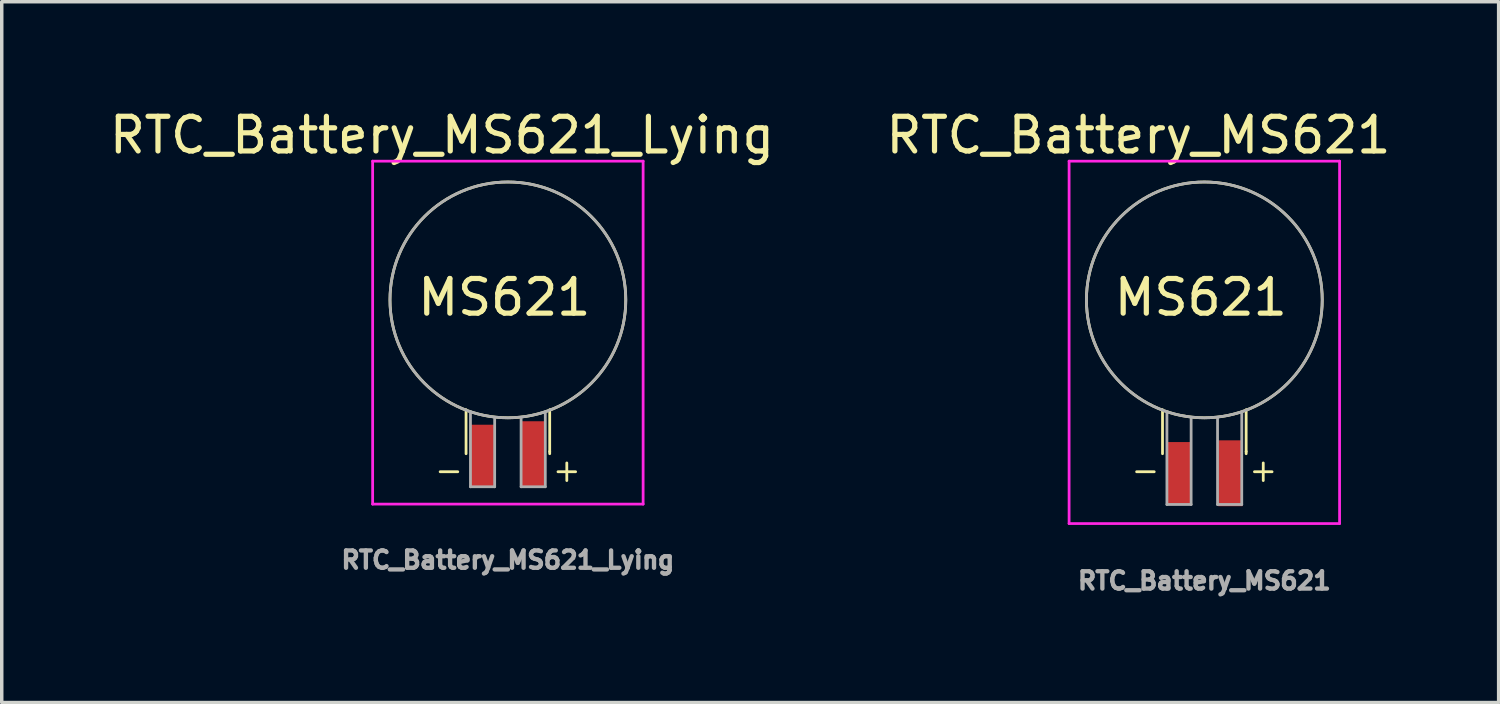
<source format=kicad_pcb>
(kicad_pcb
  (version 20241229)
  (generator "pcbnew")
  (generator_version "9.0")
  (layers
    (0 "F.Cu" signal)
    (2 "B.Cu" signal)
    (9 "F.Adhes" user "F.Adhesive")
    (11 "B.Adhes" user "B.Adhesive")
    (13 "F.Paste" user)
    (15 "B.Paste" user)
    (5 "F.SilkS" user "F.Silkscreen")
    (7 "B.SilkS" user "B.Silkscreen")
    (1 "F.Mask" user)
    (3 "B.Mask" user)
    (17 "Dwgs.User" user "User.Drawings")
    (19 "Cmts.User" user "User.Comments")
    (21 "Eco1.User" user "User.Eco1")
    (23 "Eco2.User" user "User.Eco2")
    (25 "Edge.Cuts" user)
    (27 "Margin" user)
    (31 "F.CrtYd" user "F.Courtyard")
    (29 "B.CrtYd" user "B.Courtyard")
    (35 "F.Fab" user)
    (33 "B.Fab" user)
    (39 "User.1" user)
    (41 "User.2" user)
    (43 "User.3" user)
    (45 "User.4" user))
  (footprint "RTC_Battery_MS621_Lying"
    (layer "F.Cu")
    (at 11.596 5.598)
    (property "Reference" "RTC_Battery_MS621_Lying" (at -1.9 -4.75 180) (layer "F.SilkS") (effects (font (size 1 1) (thickness 0.15))))
    (attr through_hole)
    (fp_line (start -1.953 4.956) (end -1.445 4.956) (stroke (width 0.08) (type solid)) (layer "F.SilkS"))
    (fp_line (start -1.206 4.436) (end -1.206 3.167) (stroke (width 0.08) (type solid)) (layer "F.SilkS"))
    (fp_line (start 1.206 4.373) (end 1.206 3.167) (stroke (width 0.08) (type solid)) (layer "F.SilkS"))
    (fp_line (start 1.206 4.436) (end 1.206 4.373) (stroke (width 0.08) (type solid)) (layer "F.SilkS"))
    (fp_line (start 1.699 4.702) (end 1.699 5.21) (stroke (width 0.08) (type solid)) (layer "F.SilkS"))
    (fp_line (start 1.953 4.956) (end 1.445 4.956) (stroke (width 0.08) (type solid)) (layer "F.SilkS"))
    (fp_circle (center 0 0) (end 0 3.4) (stroke (width 0.08) (type solid)) (fill no) (layer "F.SilkS"))
    (fp_line (start -3.9 -4) (end 3.9 -4) (stroke (width 0.08) (type solid)) (layer "F.CrtYd"))
    (fp_line (start -3.9 5.889) (end -3.9 -4) (stroke (width 0.08) (type solid)) (layer "F.CrtYd"))
    (fp_line (start 3.9 -4) (end 3.9 5.889) (stroke (width 0.08) (type solid)) (layer "F.CrtYd"))
    (fp_line (start 3.9 5.889) (end -3.9 5.889) (stroke (width 0.08) (type solid)) (layer "F.CrtYd"))
    (fp_line (start -1.079 5.389) (end -1.079 3.23) (stroke (width 0.08) (type solid)) (layer "F.Fab"))
    (fp_line (start -0.381 5.389) (end -1.079 5.389) (stroke (width 0.08) (type solid)) (layer "F.Fab"))
    (fp_line (start -0.381 5.389) (end -0.381 3.421) (stroke (width 0.08) (type solid)) (layer "F.Fab"))
    (fp_line (start 0.381 5.389) (end 0.381 3.421) (stroke (width 0.08) (type solid)) (layer "F.Fab"))
    (fp_line (start 0.381 5.389) (end 1.079 5.389) (stroke (width 0.08) (type solid)) (layer "F.Fab"))
    (fp_line (start 1.079 5.389) (end 1.079 3.23) (stroke (width 0.08) (type solid)) (layer "F.Fab"))
    (fp_circle (center 0 0) (end 0 3.4) (stroke (width 0.08) (type solid)) (fill no) (layer "F.Fab"))
    (fp_text user "MS621" (at -0.102 -0.072 0) (layer "F.SilkS") (effects (font (size 1 1) (thickness 0.15))))
    (fp_text user "${REFERENCE}" (at 0 7.5 0) (layer "F.Fab") (effects (font (size 0.5 0.5) (thickness 0.125))))
    (pad "1" smd rect (at 0.75 4.45) (size 0.7 1.9) (layers "F.Cu" "F.Mask" "F.Paste"))
    (pad "2" smd rect (at -0.75 4.5) (size 0.7 1.8) (layers "F.Cu" "F.Mask" "F.Paste")))
  (footprint "RTC_Battery_MS621"
    (layer "F.Cu")
    (at 31.68 5.598)
    (property "Reference" "RTC_Battery_MS621" (at -1.9 -4.75 180) (layer "F.SilkS") (effects (font (size 1 1) (thickness 0.15))))
    (attr smd)
    (fp_line (start -1.953 4.956) (end -1.445 4.956) (stroke (width 0.08) (type solid)) (layer "F.SilkS"))
    (fp_line (start -1.206 4.436) (end -1.206 3.167) (stroke (width 0.08) (type solid)) (layer "F.SilkS"))
    (fp_line (start 1.206 4.373) (end 1.206 3.167) (stroke (width 0.08) (type solid)) (layer "F.SilkS"))
    (fp_line (start 1.206 4.436) (end 1.206 4.373) (stroke (width 0.08) (type solid)) (layer "F.SilkS"))
    (fp_line (start 1.699 4.702) (end 1.699 5.21) (stroke (width 0.08) (type solid)) (layer "F.SilkS"))
    (fp_line (start 1.953 4.956) (end 1.445 4.956) (stroke (width 0.08) (type solid)) (layer "F.SilkS"))
    (fp_circle (center 0 0) (end 0 3.4) (stroke (width 0.08) (type solid)) (fill no) (layer "F.SilkS"))
    (fp_line (start -3.9 -4) (end 3.9 -4) (stroke (width 0.08) (type solid)) (layer "F.CrtYd"))
    (fp_line (start -3.9 6.45) (end -3.9 -4) (stroke (width 0.08) (type solid)) (layer "F.CrtYd"))
    (fp_line (start 3.9 -4) (end 3.9 6.45) (stroke (width 0.08) (type solid)) (layer "F.CrtYd"))
    (fp_line (start 3.9 6.45) (end -3.9 6.45) (stroke (width 0.08) (type solid)) (layer "F.CrtYd"))
    (fp_line (start -1.079 5.9) (end -1.079 3.23) (stroke (width 0.08) (type solid)) (layer "F.Fab"))
    (fp_line (start -0.381 5.9) (end -1.079 5.9) (stroke (width 0.08) (type solid)) (layer "F.Fab"))
    (fp_line (start -0.381 5.9) (end -0.381 3.421) (stroke (width 0.08) (type solid)) (layer "F.Fab"))
    (fp_line (start 0.381 5.9) (end 0.381 3.421) (stroke (width 0.08) (type solid)) (layer "F.Fab"))
    (fp_line (start 0.381 5.9) (end 1.079 5.9) (stroke (width 0.08) (type solid)) (layer "F.Fab"))
    (fp_line (start 1.079 5.9) (end 1.079 3.23) (stroke (width 0.08) (type solid)) (layer "F.Fab"))
    (fp_circle (center 0 0) (end 0 3.4) (stroke (width 0.08) (type solid)) (fill no) (layer "F.Fab"))
    (fp_text user "MS621" (at -0.102 -0.072 0) (layer "F.SilkS") (effects (font (size 1 1) (thickness 0.15))))
    (fp_text user "${REFERENCE}" (at 0 8.1 0) (layer "F.Fab") (effects (font (size 0.5 0.5) (thickness 0.125))))
    (pad "1" smd rect (at 0.75 5) (size 0.7 1.9) (layers "F.Cu" "F.Mask" "F.Paste"))
    (pad "2" smd rect (at -0.75 5) (size 0.7 1.8) (layers "F.Cu" "F.Mask" "F.Paste")))
  (gr_rect
    (start -3 -3)
    (end 40.167 17.21)
    (stroke (width 0.1) (type default))
    (fill no)
    (layer "Edge.Cuts")))
</source>
